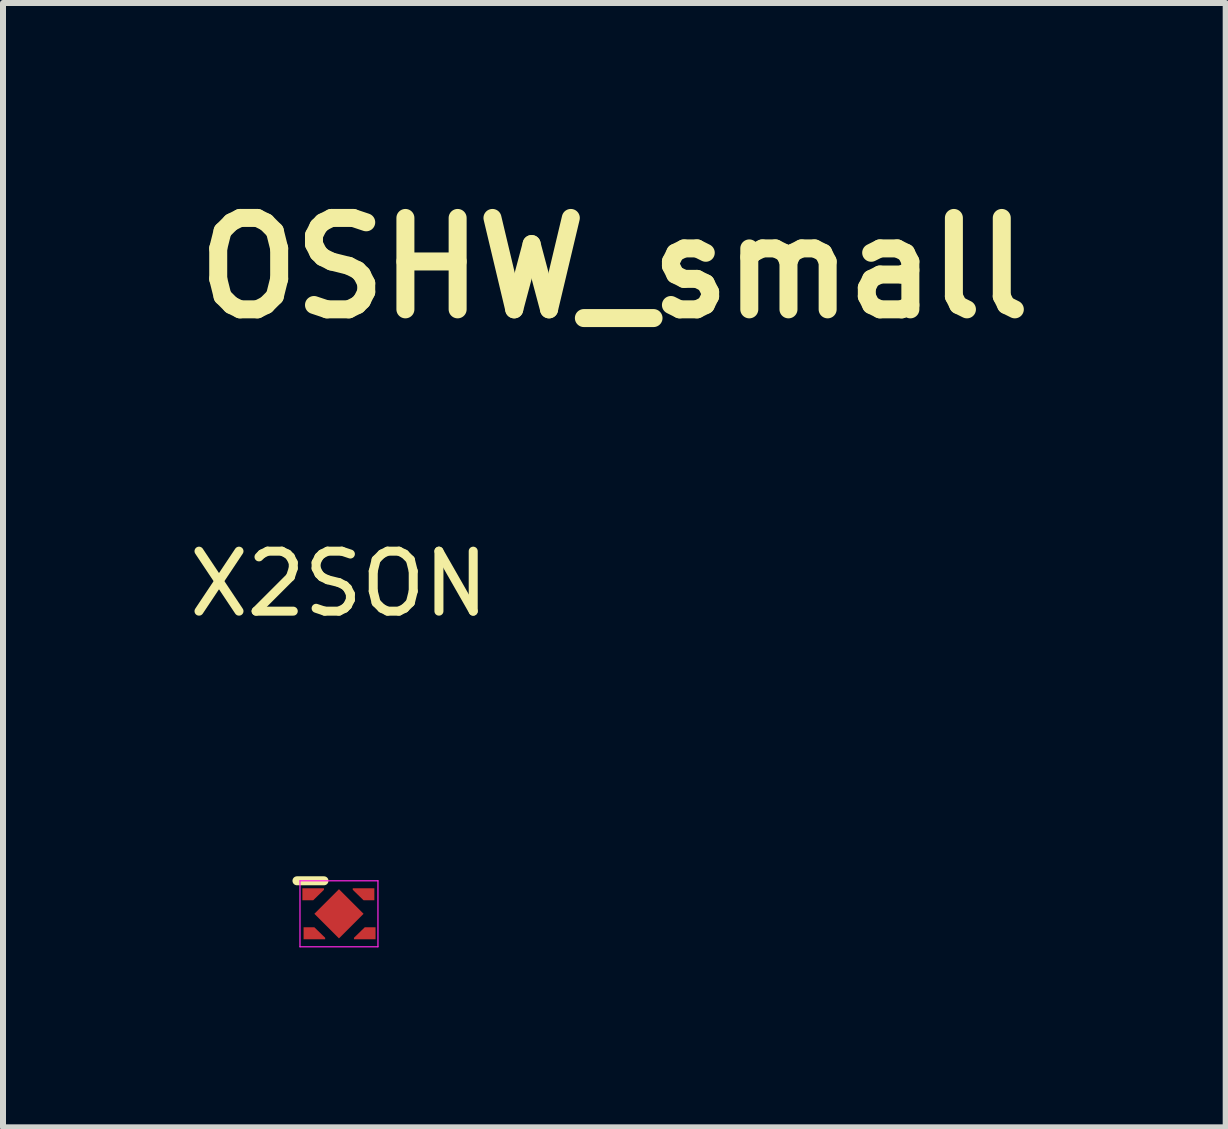
<source format=kicad_pcb>
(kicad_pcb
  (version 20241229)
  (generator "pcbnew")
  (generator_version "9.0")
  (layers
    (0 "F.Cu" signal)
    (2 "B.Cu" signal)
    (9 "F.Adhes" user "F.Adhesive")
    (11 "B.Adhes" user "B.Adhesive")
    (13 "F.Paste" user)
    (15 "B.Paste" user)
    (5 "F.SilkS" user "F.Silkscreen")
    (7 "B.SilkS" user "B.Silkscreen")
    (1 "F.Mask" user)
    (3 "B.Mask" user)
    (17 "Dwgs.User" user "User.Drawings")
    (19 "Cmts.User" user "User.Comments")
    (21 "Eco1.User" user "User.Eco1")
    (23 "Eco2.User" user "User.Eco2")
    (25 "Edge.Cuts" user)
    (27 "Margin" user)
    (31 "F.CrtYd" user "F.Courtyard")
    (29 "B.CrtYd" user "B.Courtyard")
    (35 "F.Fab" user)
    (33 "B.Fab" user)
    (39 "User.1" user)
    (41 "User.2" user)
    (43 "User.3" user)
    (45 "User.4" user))
  (footprint "OSHW_small"
    (layer "F.Cu")
    (at 7.192 1.418)
    (property "Reference" "OSHW_small" (at 0 0 0) (layer "F.SilkS") (effects (font (size 1.524 1.524) (thickness 0.3))))
    (attr through_hole)
    (fp_poly (pts (xy 1.181 1.054) (xy 0.908 1.054) (xy 0.908 1.046) (xy 0.906 1.04) (xy 0.899 1.031) (xy 0.887 1.017) (xy 0.87 0.999) (xy 0.847 0.976) (xy 0.846 0.975) (xy 0.783 0.912) (xy 0.846 0.85) (xy 0.865 0.83) (xy 0.881 0.813) (xy 0.894 0.799) (xy 0.903 0.788) (xy 0.908 0.781) (xy 0.908 0.78) (xy 0.906 0.775) (xy 0.9 0.765) (xy 0.891 0.75) (xy 0.878 0.731) (xy 0.864 0.708) (xy 0.847 0.683) (xy 0.829 0.657) (xy 0.811 0.631) (xy 0.794 0.606) (xy 0.779 0.584) (xy 0.767 0.565) (xy 0.757 0.551) (xy 0.75 0.541) (xy 0.748 0.537) (xy 0.749 0.532) (xy 0.752 0.521) (xy 0.758 0.505) (xy 0.765 0.486) (xy 0.774 0.463) (xy 0.784 0.438) (xy 0.794 0.413) (xy 0.804 0.388) (xy 0.814 0.365) (xy 0.823 0.343) (xy 0.831 0.326) (xy 0.837 0.312) (xy 0.841 0.304) (xy 0.842 0.303) (xy 0.847 0.301) (xy 0.86 0.298) (xy 0.878 0.294) (xy 0.902 0.288) (xy 0.931 0.283) (xy 0.964 0.276) (xy 0.987 0.272) (xy 1.018 0.266) (xy 1.048 0.26) (xy 1.074 0.255) (xy 1.096 0.251) (xy 1.114 0.247) (xy 1.125 0.244) (xy 1.13 0.242) (xy 1.131 0.24) (xy 1.132 0.235) (xy 1.133 0.227) (xy 1.134 0.216) (xy 1.135 0.2) (xy 1.135 0.178) (xy 1.135 0.151) (xy 1.135 0.118) (xy 1.135 0.087) (xy 1.135 0.054) (xy 1.135 0.023) (xy 1.135 -0.005) (xy 1.134 -0.029) (xy 1.134 -0.048) (xy 1.133 -0.061) (xy 1.132 -0.068) (xy 1.132 -0.068) (xy 1.127 -0.07) (xy 1.116 -0.074) (xy 1.098 -0.078) (xy 1.074 -0.083) (xy 1.045 -0.089) (xy 1.011 -0.095) (xy 0.986 -0.1) (xy 0.953 -0.106) (xy 0.923 -0.112) (xy 0.896 -0.117) (xy 0.873 -0.122) (xy 0.855 -0.126) (xy 0.842 -0.129) (xy 0.836 -0.13) (xy 0.836 -0.13) (xy 0.833 -0.135) (xy 0.827 -0.146) (xy 0.819 -0.162) (xy 0.809 -0.183) (xy 0.798 -0.208) (xy 0.786 -0.236) (xy 0.784 -0.241) (xy 0.77 -0.272) (xy 0.76 -0.297) (xy 0.752 -0.317) (xy 0.747 -0.332) (xy 0.743 -0.342) (xy 0.742 -0.35) (xy 0.742 -0.354) (xy 0.742 -0.356) (xy 0.745 -0.361) (xy 0.752 -0.371) (xy 0.762 -0.386) (xy 0.775 -0.406) (xy 0.79 -0.428) (xy 0.808 -0.454) (xy 0.826 -0.481) (xy 0.827 -0.482) (xy 0.845 -0.509) (xy 0.862 -0.534) (xy 0.877 -0.557) (xy 0.89 -0.576) (xy 0.9 -0.591) (xy 0.906 -0.602) (xy 0.908 -0.607) (xy 0.908 -0.607) (xy 0.906 -0.611) (xy 0.898 -0.62) (xy 0.886 -0.633) (xy 0.871 -0.649) (xy 0.854 -0.667) (xy 0.834 -0.688) (xy 0.813 -0.709) (xy 0.792 -0.73) (xy 0.771 -0.751) (xy 0.75 -0.771) (xy 0.732 -0.789) (xy 0.715 -0.804) (xy 0.702 -0.816) (xy 0.693 -0.824) (xy 0.688 -0.827) (xy 0.688 -0.827) (xy 0.683 -0.825) (xy 0.673 -0.819) (xy 0.658 -0.81) (xy 0.639 -0.797) (xy 0.616 -0.782) (xy 0.591 -0.765) (xy 0.564 -0.747) (xy 0.557 -0.742) (xy 0.53 -0.723) (xy 0.504 -0.706) (xy 0.481 -0.69) (xy 0.461 -0.677) (xy 0.446 -0.667) (xy 0.435 -0.659) (xy 0.43 -0.656) (xy 0.429 -0.656) (xy 0.425 -0.657) (xy 0.414 -0.66) (xy 0.399 -0.666) (xy 0.38 -0.673) (xy 0.358 -0.682) (xy 0.334 -0.691) (xy 0.31 -0.701) (xy 0.287 -0.711) (xy 0.265 -0.72) (xy 0.245 -0.728) (xy 0.23 -0.735) (xy 0.219 -0.74) (xy 0.214 -0.743) (xy 0.214 -0.743) (xy 0.213 -0.747) (xy 0.21 -0.758) (xy 0.206 -0.775) (xy 0.202 -0.798) (xy 0.196 -0.824) (xy 0.191 -0.854) (xy 0.184 -0.886) (xy 0.182 -0.897) (xy 0.175 -0.935) (xy 0.169 -0.969) (xy 0.163 -0.998) (xy 0.158 -1.021) (xy 0.154 -1.038) (xy 0.151 -1.048) (xy 0.149 -1.051) (xy 0.152 -1.052) (xy 0.163 -1.052) (xy 0.18 -1.052) (xy 0.204 -1.053) (xy 0.233 -1.053) (xy 0.268 -1.053) (xy 0.309 -1.054) (xy 0.353 -1.054) (xy 0.402 -1.054) (xy 0.455 -1.054) (xy 0.511 -1.054) (xy 0.57 -1.054) (xy 0.631 -1.054) (xy 0.663 -1.054) (xy 1.181 -1.054) (xy 1.181 1.054)) (stroke (width 0.01) (type solid)) (fill yes) (layer "F.Mask"))
    (fp_poly (pts (xy -0.595 -1.054) (xy -0.528 -1.054) (xy -0.468 -1.054) (xy -0.415 -1.054) (xy -0.368 -1.054) (xy -0.327 -1.054) (xy -0.292 -1.054) (xy -0.261 -1.054) (xy -0.236 -1.053) (xy -0.215 -1.053) (xy -0.198 -1.053) (xy -0.184 -1.052) (xy -0.174 -1.052) (xy -0.168 -1.051) (xy -0.163 -1.051) (xy -0.161 -1.05) (xy -0.161 -1.049) (xy -0.163 -1.044) (xy -0.166 -1.033) (xy -0.17 -1.015) (xy -0.174 -0.993) (xy -0.18 -0.966) (xy -0.186 -0.936) (xy -0.192 -0.904) (xy -0.192 -0.901) (xy -0.198 -0.868) (xy -0.204 -0.838) (xy -0.209 -0.811) (xy -0.214 -0.788) (xy -0.217 -0.769) (xy -0.22 -0.756) (xy -0.221 -0.75) (xy -0.221 -0.75) (xy -0.222 -0.747) (xy -0.224 -0.745) (xy -0.228 -0.742) (xy -0.233 -0.739) (xy -0.241 -0.734) (xy -0.254 -0.729) (xy -0.27 -0.722) (xy -0.292 -0.713) (xy -0.32 -0.702) (xy -0.34 -0.693) (xy -0.369 -0.681) (xy -0.392 -0.672) (xy -0.409 -0.666) (xy -0.422 -0.661) (xy -0.431 -0.659) (xy -0.438 -0.658) (xy -0.442 -0.658) (xy -0.444 -0.659) (xy -0.449 -0.662) (xy -0.459 -0.669) (xy -0.475 -0.679) (xy -0.494 -0.692) (xy -0.517 -0.708) (xy -0.542 -0.725) (xy -0.57 -0.744) (xy -0.572 -0.745) (xy -0.599 -0.764) (xy -0.625 -0.781) (xy -0.647 -0.796) (xy -0.667 -0.809) (xy -0.683 -0.818) (xy -0.694 -0.825) (xy -0.699 -0.827) (xy -0.699 -0.827) (xy -0.704 -0.825) (xy -0.713 -0.817) (xy -0.727 -0.804) (xy -0.745 -0.787) (xy -0.767 -0.766) (xy -0.792 -0.742) (xy -0.814 -0.72) (xy -0.842 -0.692) (xy -0.865 -0.668) (xy -0.883 -0.649) (xy -0.897 -0.634) (xy -0.908 -0.623) (xy -0.914 -0.614) (xy -0.918 -0.609) (xy -0.919 -0.605) (xy -0.919 -0.605) (xy -0.916 -0.6) (xy -0.91 -0.59) (xy -0.9 -0.574) (xy -0.887 -0.555) (xy -0.872 -0.532) (xy -0.855 -0.507) (xy -0.836 -0.48) (xy -0.834 -0.476) (xy -0.815 -0.449) (xy -0.798 -0.423) (xy -0.783 -0.401) (xy -0.77 -0.381) (xy -0.76 -0.365) (xy -0.753 -0.355) (xy -0.751 -0.349) (xy -0.75 -0.349) (xy -0.752 -0.344) (xy -0.756 -0.333) (xy -0.763 -0.317) (xy -0.771 -0.297) (xy -0.78 -0.275) (xy -0.79 -0.251) (xy -0.801 -0.226) (xy -0.811 -0.203) (xy -0.821 -0.181) (xy -0.829 -0.162) (xy -0.836 -0.146) (xy -0.841 -0.136) (xy -0.844 -0.132) (xy -0.849 -0.13) (xy -0.86 -0.128) (xy -0.877 -0.124) (xy -0.9 -0.119) (xy -0.926 -0.114) (xy -0.956 -0.108) (xy -0.988 -0.102) (xy -0.989 -0.102) (xy -1.021 -0.096) (xy -1.051 -0.09) (xy -1.078 -0.084) (xy -1.102 -0.08) (xy -1.12 -0.076) (xy -1.132 -0.073) (xy -1.138 -0.071) (xy -1.138 -0.071) (xy -1.147 -0.065) (xy -1.147 0.086) (xy -1.147 0.126) (xy -1.147 0.158) (xy -1.146 0.184) (xy -1.146 0.204) (xy -1.145 0.219) (xy -1.145 0.23) (xy -1.144 0.237) (xy -1.142 0.241) (xy -1.142 0.242) (xy -1.137 0.244) (xy -1.125 0.247) (xy -1.108 0.25) (xy -1.086 0.255) (xy -1.059 0.26) (xy -1.03 0.266) (xy -1 0.271) (xy -0.968 0.277) (xy -0.939 0.283) (xy -0.913 0.288) (xy -0.89 0.293) (xy -0.872 0.296) (xy -0.861 0.299) (xy -0.856 0.3) (xy -0.853 0.303) (xy -0.849 0.309) (xy -0.843 0.32) (xy -0.836 0.335) (xy -0.827 0.356) (xy -0.816 0.383) (xy -0.803 0.415) (xy -0.792 0.443) (xy -0.782 0.469) (xy -0.773 0.491) (xy -0.766 0.51) (xy -0.761 0.524) (xy -0.758 0.531) (xy -0.758 0.533) (xy -0.76 0.537) (xy -0.766 0.547) (xy -0.775 0.562) (xy -0.787 0.58) (xy -0.802 0.602) (xy -0.817 0.625) (xy -0.821 0.63) (xy -0.844 0.664) (xy -0.864 0.692) (xy -0.879 0.715) (xy -0.892 0.733) (xy -0.901 0.748) (xy -0.908 0.758) (xy -0.913 0.766) (xy -0.917 0.772) (xy -0.919 0.775) (xy -0.92 0.778) (xy -0.92 0.78) (xy -0.92 0.78) (xy -0.917 0.785) (xy -0.91 0.794) (xy -0.899 0.806) (xy -0.884 0.822) (xy -0.867 0.839) (xy -0.857 0.849) (xy -0.795 0.912) (xy -0.858 0.975) (xy -0.879 0.997) (xy -0.895 1.013) (xy -0.906 1.026) (xy -0.914 1.035) (xy -0.918 1.041) (xy -0.919 1.046) (xy -0.919 1.047) (xy -0.918 1.049) (xy -0.919 1.05) (xy -0.921 1.052) (xy -0.926 1.053) (xy -0.933 1.053) (xy -0.945 1.054) (xy -0.961 1.054) (xy -0.983 1.054) (xy -1.011 1.054) (xy -1.045 1.054) (xy -1.181 1.054) (xy -1.181 -1.054) (xy -0.669 -1.054) (xy -0.595 -1.054)) (stroke (width 0.01) (type solid)) (fill yes) (layer "F.Mask"))
    (fp_poly (pts (xy 0.018 -0.225) (xy 0.036 -0.224) (xy 0.051 -0.223) (xy 0.063 -0.221) (xy 0.075 -0.218) (xy 0.081 -0.216) (xy 0.128 -0.198) (xy 0.17 -0.173) (xy 0.208 -0.143) (xy 0.224 -0.128) (xy 0.254 -0.09) (xy 0.279 -0.049) (xy 0.296 -0.005) (xy 0.307 0.04) (xy 0.31 0.086) (xy 0.307 0.132) (xy 0.297 0.178) (xy 0.279 0.223) (xy 0.278 0.226) (xy 0.262 0.255) (xy 0.245 0.28) (xy 0.225 0.303) (xy 0.201 0.325) (xy 0.172 0.348) (xy 0.155 0.36) (xy 0.141 0.371) (xy 0.129 0.38) (xy 0.121 0.387) (xy 0.118 0.391) (xy 0.119 0.395) (xy 0.123 0.406) (xy 0.129 0.423) (xy 0.138 0.445) (xy 0.148 0.472) (xy 0.161 0.503) (xy 0.175 0.538) (xy 0.19 0.576) (xy 0.207 0.616) (xy 0.219 0.646) (xy 0.239 0.695) (xy 0.257 0.737) (xy 0.272 0.773) (xy 0.284 0.803) (xy 0.295 0.828) (xy 0.304 0.849) (xy 0.311 0.865) (xy 0.317 0.877) (xy 0.322 0.885) (xy 0.325 0.891) (xy 0.328 0.895) (xy 0.33 0.896) (xy 0.33 0.896) (xy 0.336 0.895) (xy 0.348 0.89) (xy 0.364 0.883) (xy 0.383 0.873) (xy 0.389 0.87) (xy 0.407 0.86) (xy 0.423 0.852) (xy 0.436 0.846) (xy 0.444 0.843) (xy 0.446 0.843) (xy 0.451 0.845) (xy 0.461 0.85) (xy 0.474 0.859) (xy 0.489 0.868) (xy 0.505 0.879) (xy 0.521 0.889) (xy 0.534 0.899) (xy 0.544 0.906) (xy 0.549 0.911) (xy 0.549 0.911) (xy 0.546 0.914) (xy 0.539 0.92) (xy 0.527 0.929) (xy 0.512 0.94) (xy 0.495 0.951) (xy 0.479 0.963) (xy 0.463 0.974) (xy 0.449 0.983) (xy 0.438 0.99) (xy 0.432 0.994) (xy 0.426 0.994) (xy 0.414 0.99) (xy 0.396 0.984) (xy 0.371 0.974) (xy 0.339 0.962) (xy 0.321 0.955) (xy 0.295 0.944) (xy 0.271 0.933) (xy 0.249 0.924) (xy 0.232 0.917) (xy 0.221 0.912) (xy 0.215 0.909) (xy 0.214 0.908) (xy 0.213 0.904) (xy 0.21 0.893) (xy 0.206 0.876) (xy 0.202 0.853) (xy 0.196 0.827) (xy 0.191 0.797) (xy 0.184 0.765) (xy 0.182 0.754) (xy 0.175 0.716) (xy 0.169 0.682) (xy 0.163 0.653) (xy 0.158 0.63) (xy 0.154 0.613) (xy 0.151 0.603) (xy 0.149 0.6) (xy 0.144 0.599) (xy 0.133 0.598) (xy 0.115 0.598) (xy 0.092 0.597) (xy 0.065 0.597) (xy 0.035 0.597) (xy 0.002 0.597) (xy -0.006 0.597) (xy -0.045 0.597) (xy -0.077 0.597) (xy -0.103 0.597) (xy -0.123 0.597) (xy -0.138 0.598) (xy -0.149 0.599) (xy -0.156 0.6) (xy -0.16 0.601) (xy -0.161 0.602) (xy -0.163 0.607) (xy -0.166 0.618) (xy -0.17 0.636) (xy -0.174 0.658) (xy -0.18 0.685) (xy -0.186 0.715) (xy -0.192 0.747) (xy -0.192 0.75) (xy -0.198 0.783) (xy -0.204 0.813) (xy -0.209 0.84) (xy -0.214 0.863) (xy -0.217 0.882) (xy -0.22 0.895) (xy -0.221 0.901) (xy -0.221 0.901) (xy -0.226 0.908) (xy -0.234 0.914) (xy -0.24 0.916) (xy -0.251 0.921) (xy -0.268 0.928) (xy -0.287 0.936) (xy -0.309 0.945) (xy -0.332 0.955) (xy -0.356 0.964) (xy -0.378 0.973) (xy -0.398 0.982) (xy -0.415 0.988) (xy -0.428 0.993) (xy -0.436 0.996) (xy -0.437 0.997) (xy -0.441 0.995) (xy -0.449 0.989) (xy -0.463 0.98) (xy -0.479 0.97) (xy -0.494 0.96) (xy -0.512 0.947) (xy -0.529 0.936) (xy -0.542 0.926) (xy -0.552 0.919) (xy -0.555 0.916) (xy -0.557 0.914) (xy -0.557 0.911) (xy -0.554 0.907) (xy -0.547 0.901) (xy -0.536 0.893) (xy -0.519 0.881) (xy -0.514 0.877) (xy -0.496 0.866) (xy -0.481 0.856) (xy -0.468 0.848) (xy -0.46 0.844) (xy -0.458 0.844) (xy -0.452 0.845) (xy -0.441 0.849) (xy -0.426 0.856) (xy -0.408 0.865) (xy -0.4 0.87) (xy -0.382 0.879) (xy -0.365 0.887) (xy -0.352 0.893) (xy -0.344 0.896) (xy -0.342 0.897) (xy -0.335 0.894) (xy -0.331 0.889) (xy -0.329 0.884) (xy -0.324 0.873) (xy -0.317 0.856) (xy -0.307 0.833) (xy -0.296 0.806) (xy -0.283 0.775) (xy -0.268 0.74) (xy -0.253 0.702) (xy -0.236 0.662) (xy -0.227 0.64) (xy -0.207 0.592) (xy -0.19 0.549) (xy -0.174 0.51) (xy -0.16 0.476) (xy -0.149 0.447) (xy -0.14 0.423) (xy -0.133 0.406) (xy -0.13 0.395) (xy -0.129 0.391) (xy -0.133 0.384) (xy -0.142 0.377) (xy -0.143 0.376) (xy -0.159 0.366) (xy -0.178 0.352) (xy -0.197 0.337) (xy -0.216 0.322) (xy -0.23 0.308) (xy -0.232 0.307) (xy -0.263 0.269) (xy -0.288 0.228) (xy -0.306 0.184) (xy -0.316 0.137) (xy -0.32 0.089) (xy -0.318 0.05) (xy -0.312 0.016) (xy -0.302 -0.018) (xy -0.287 -0.052) (xy -0.262 -0.094) (xy -0.231 -0.132) (xy -0.195 -0.164) (xy -0.154 -0.19) (xy -0.108 -0.211) (xy -0.092 -0.216) (xy -0.08 -0.22) (xy -0.068 -0.222) (xy -0.054 -0.224) (xy -0.038 -0.225) (xy -0.017 -0.225) (xy -0.006 -0.225) (xy 0.018 -0.225)) (stroke (width 0.01) (type solid)) (fill yes) (layer "F.Mask")))
  (footprint "X2SON"
    (layer "F.Cu")
    (at 2.601 12.184)
    (property "Reference" "X2SON" (at 0 -5.5 0) (layer "F.SilkS") (effects (font (size 1 1) (thickness 0.15))))
    (attr through_hole)
    (fp_line (start -0.7 -0.55) (end -0.25 -0.55) (stroke (width 0.15) (type solid)) (layer "F.SilkS"))
    (fp_line (start -0.65 -0.55) (end 0.65 -0.55) (stroke (width 0.02) (type solid)) (layer "F.CrtYd"))
    (fp_line (start -0.65 0.55) (end -0.65 -0.55) (stroke (width 0.02) (type solid)) (layer "F.CrtYd"))
    (fp_line (start -0.65 0.55) (end 0.65 0.55) (stroke (width 0.02) (type solid)) (layer "F.CrtYd"))
    (fp_line (start 0.65 0.55) (end 0.65 -0.55) (stroke (width 0.02) (type solid)) (layer "F.CrtYd"))
    (pad "1" smd custom (at -0.52 -0.325) (size 0.18 0.2) (layers "F.Cu" "F.Mask" "F.Paste") (options (anchor rect)) (primitives (gr_poly (pts (xy 0.09 -0.1) (xy 0.27 -0.1) (xy 0.27 -0.075) (xy 0.09 0.1)) (width 0) (fill yes))))
    (pad "2" smd custom (at -0.5 0.325) (size 0.18 0.2) (layers "F.Cu" "F.Mask" "F.Paste") (options (anchor rect)) (primitives (gr_poly (pts (xy 0.09 -0.1) (xy 0.27 0.075) (xy 0.27 0.1) (xy 0.09 0.1)) (width 0) (fill yes))))
    (pad "2" smd rect (at 0 0 45) (size 0.58 0.58) (layers "F.Cu" "F.Mask" "F.Paste"))
    (pad "3" smd custom (at 0.52 0.325 180) (size 0.18 0.2) (layers "F.Cu" "F.Mask" "F.Paste") (options (anchor rect)) (primitives (gr_poly (pts (xy 0.09 -0.1) (xy 0.27 -0.1) (xy 0.27 -0.075) (xy 0.09 0.1)) (width 0) (fill yes))))
    (pad "4" smd custom (at 0.5 -0.325 180) (size 0.18 0.2) (layers "F.Cu" "F.Mask" "F.Paste") (options (anchor rect)) (primitives (gr_poly (pts (xy 0.09 -0.1) (xy 0.27 0.075) (xy 0.27 0.1) (xy 0.09 0.1)) (width 0) (fill yes)))))
  (gr_rect
    (start -3 -3)
    (end 17.384 15.744)
    (stroke (width 0.1) (type default))
    (fill no)
    (layer "Edge.Cuts")))
</source>
